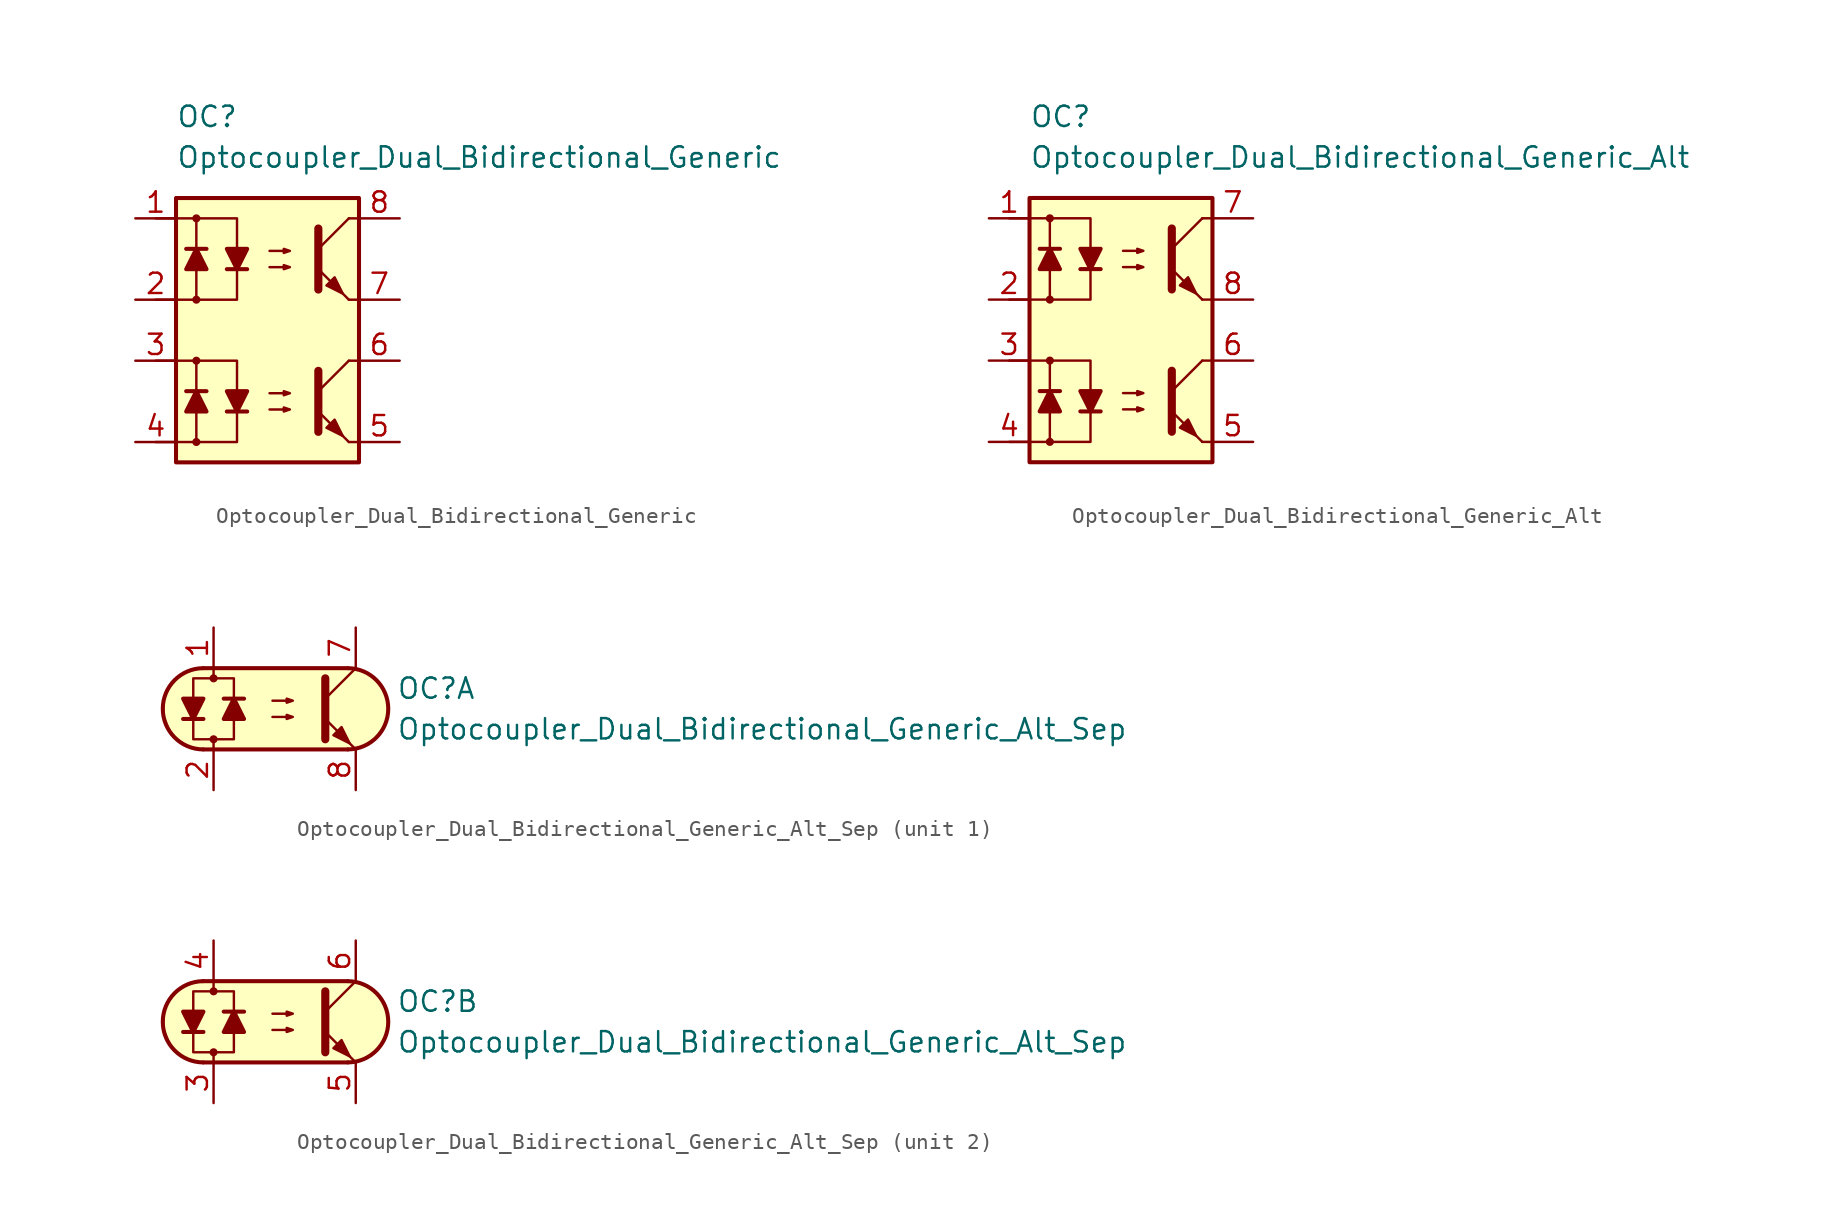
<source format=kicad_sym>
(kicad_symbol_lib
  (version 20231120)
  (generator "kicad_symbol_editor")
  (generator_version "8.0")
  (symbol "Optocoupler_Dual_Bidirectional_Generic"
    (pin_names
      (offset 1.016))
    (property "Reference" "OC"
      (at -6.35 8.89 0)
      (effects (font (size 1.27 1.27)) (justify left)))
    (property "Value" "Optocoupler_Dual_Bidirectional_Generic"
      (at -6.35 6.35 0)
      (effects (font (size 1.27 1.27)) (justify left)))
    (symbol "Optocoupler_Dual_Bidirectional_Generic_0_0"
      (rectangle (start -6.35 3.81) (end 5.08 -12.7) (stroke (width 0.254) (type default)) (fill (type background))))
    (symbol "Optocoupler_Dual_Bidirectional_Generic_0_1"
      (polyline (pts (xy 2.54 0.635) (xy 4.445 2.54)) (stroke (width 0) (type default)) (fill (type none)))
      (polyline (pts (xy 4.445 -2.54) (xy 2.54 -0.635)) (stroke (width 0) (type default)) (fill (type outline)))
      (polyline (pts (xy 4.445 -2.54) (xy 5.08 -2.54)) (stroke (width 0) (type default)) (fill (type none)))
      (polyline (pts (xy 4.445 2.54) (xy 5.08 2.54)) (stroke (width 0) (type default)) (fill (type none)))
      (polyline (pts (xy 2.54 1.905) (xy 2.54 -1.905) (xy 2.54 -1.905)) (stroke (width 0.508) (type default)) (fill (type none)))
      (polyline (pts (xy -0.508 -0.508) (xy 0.762 -0.508) (xy 0.381 -0.635) (xy 0.381 -0.381) (xy 0.762 -0.508)) (stroke (width 0) (type default)) (fill (type none)))
      (polyline (pts (xy -0.508 0.508) (xy 0.762 0.508) (xy 0.381 0.381) (xy 0.381 0.635) (xy 0.762 0.508)) (stroke (width 0) (type default)) (fill (type none)))
      (polyline (pts (xy 3.048 -1.651) (xy 3.556 -1.143) (xy 4.064 -2.159) (xy 3.048 -1.651) (xy 3.048 -1.651)) (stroke (width 0) (type default)) (fill (type outline))))
    (symbol "Optocoupler_Dual_Bidirectional_Generic_1_1"
      (circle (center -5.08 -11.43) (radius 0.178) (stroke (width 0) (type default)) (fill (type outline)))
      (circle (center -5.08 -6.35) (radius 0.178) (stroke (width 0) (type default)) (fill (type outline)))
      (circle (center -5.08 -2.54) (radius 0.178) (stroke (width 0) (type default)) (fill (type outline)))
      (circle (center -5.08 2.54) (radius 0.178) (stroke (width 0) (type default)) (fill (type outline)))
      (polyline (pts (xy -4.445 -8.255) (xy -5.715 -8.255)) (stroke (width 0.254) (type default)) (fill (type none)))
      (polyline (pts (xy -4.445 0.635) (xy -5.715 0.635)) (stroke (width 0.254) (type default)) (fill (type none)))
      (polyline (pts (xy -3.175 -9.525) (xy -1.905 -9.525)) (stroke (width 0.254) (type default)) (fill (type none)))
      (polyline (pts (xy -3.175 -0.635) (xy -1.905 -0.635)) (stroke (width 0.254) (type default)) (fill (type none)))
      (polyline (pts (xy 2.54 -8.255) (xy 4.445 -6.35)) (stroke (width 0) (type default)) (fill (type none)))
      (polyline (pts (xy 4.445 -11.43) (xy 2.54 -9.525)) (stroke (width 0) (type default)) (fill (type outline)))
      (polyline (pts (xy 4.445 -11.43) (xy 5.08 -11.43)) (stroke (width 0) (type default)) (fill (type none)))
      (polyline (pts (xy 4.445 -6.35) (xy 5.08 -6.35)) (stroke (width 0) (type default)) (fill (type none)))
      (polyline (pts (xy -7.62 -6.35) (xy -5.08 -6.35) (xy -5.08 -9.525)) (stroke (width 0) (type default)) (fill (type none)))
      (polyline (pts (xy -7.62 2.54) (xy -5.08 2.54) (xy -5.08 -0.635)) (stroke (width 0) (type default)) (fill (type none)))
      (polyline (pts (xy -5.08 -9.525) (xy -5.08 -11.43) (xy -7.62 -11.43)) (stroke (width 0) (type default)) (fill (type none)))
      (polyline (pts (xy -5.08 -6.35) (xy -2.54 -6.35) (xy -2.54 -9.525)) (stroke (width 0) (type default)) (fill (type none)))
      (polyline (pts (xy -5.08 -0.635) (xy -5.08 -2.54) (xy -7.62 -2.54)) (stroke (width 0) (type default)) (fill (type none)))
      (polyline (pts (xy -5.08 2.54) (xy -2.54 2.54) (xy -2.54 -0.635)) (stroke (width 0) (type default)) (fill (type none)))
      (polyline (pts (xy -2.54 -9.525) (xy -2.54 -11.43) (xy -5.08 -11.43)) (stroke (width 0) (type default)) (fill (type none)))
      (polyline (pts (xy -2.54 -0.635) (xy -2.54 -2.54) (xy -5.08 -2.54)) (stroke (width 0) (type default)) (fill (type none)))
      (polyline (pts (xy 2.54 -6.985) (xy 2.54 -10.795) (xy 2.54 -10.795)) (stroke (width 0.508) (type default)) (fill (type none)))
      (polyline (pts (xy -5.08 -8.255) (xy -4.445 -9.525) (xy -5.715 -9.525) (xy -5.08 -8.255)) (stroke (width 0.254) (type default)) (fill (type outline)))
      (polyline (pts (xy -5.08 0.635) (xy -4.445 -0.635) (xy -5.715 -0.635) (xy -5.08 0.635)) (stroke (width 0.254) (type default)) (fill (type outline)))
      (polyline (pts (xy -2.54 -9.525) (xy -3.175 -8.255) (xy -1.905 -8.255) (xy -2.54 -9.525)) (stroke (width 0.254) (type default)) (fill (type outline)))
      (polyline (pts (xy -2.54 -0.635) (xy -3.175 0.635) (xy -1.905 0.635) (xy -2.54 -0.635)) (stroke (width 0.254) (type default)) (fill (type outline)))
      (polyline (pts (xy -0.508 -9.398) (xy 0.762 -9.398) (xy 0.381 -9.525) (xy 0.381 -9.271) (xy 0.762 -9.398)) (stroke (width 0) (type default)) (fill (type none)))
      (polyline (pts (xy -0.508 -8.382) (xy 0.762 -8.382) (xy 0.381 -8.509) (xy 0.381 -8.255) (xy 0.762 -8.382)) (stroke (width 0) (type default)) (fill (type none)))
      (polyline (pts (xy 3.048 -10.541) (xy 3.556 -10.033) (xy 4.064 -11.049) (xy 3.048 -10.541) (xy 3.048 -10.541)) (stroke (width 0) (type default)) (fill (type outline)))
      (pin passive line (at -8.89 2.54 0) (length 2.54) (name "~" (effects (font (size 1.27 1.27)))) (number "1" (effects (font (size 1.27 1.27)))))
      (pin passive line (at -8.89 -2.54 0) (length 2.54) (name "~" (effects (font (size 1.27 1.27)))) (number "2" (effects (font (size 1.27 1.27)))))
      (pin passive line (at -8.89 -6.35 0) (length 2.54) (name "~" (effects (font (size 1.27 1.27)))) (number "3" (effects (font (size 1.27 1.27)))))
      (pin passive line (at -8.89 -11.43 0) (length 2.54) (name "~" (effects (font (size 1.27 1.27)))) (number "4" (effects (font (size 1.27 1.27)))))
      (pin passive line (at 7.62 -11.43 180) (length 2.54) (name "~" (effects (font (size 1.27 1.27)))) (number "5" (effects (font (size 1.27 1.27)))))
      (pin passive line (at 7.62 -6.35 180) (length 2.54) (name "~" (effects (font (size 1.27 1.27)))) (number "6" (effects (font (size 1.27 1.27)))))
      (pin passive line (at 7.62 -2.54 180) (length 2.54) (name "~" (effects (font (size 1.27 1.27)))) (number "7" (effects (font (size 1.27 1.27)))))
      (pin passive line (at 7.62 2.54 180) (length 2.54) (name "~" (effects (font (size 1.27 1.27)))) (number "8" (effects (font (size 1.27 1.27)))))))
  (symbol "Optocoupler_Dual_Bidirectional_Generic_Alt"
    (pin_names
      (offset 1.016))
    (property "Reference" "OC"
      (at -6.35 8.89 0)
      (effects (font (size 1.27 1.27)) (justify left)))
    (property "Value" "Optocoupler_Dual_Bidirectional_Generic_Alt"
      (at -6.35 6.35 0)
      (effects (font (size 1.27 1.27)) (justify left)))
    (symbol "Optocoupler_Dual_Bidirectional_Generic_Alt_0_0"
      (rectangle (start -6.35 3.81) (end 5.08 -12.7) (stroke (width 0.254) (type default)) (fill (type background))))
    (symbol "Optocoupler_Dual_Bidirectional_Generic_Alt_0_1"
      (polyline (pts (xy 2.54 0.635) (xy 4.445 2.54)) (stroke (width 0) (type default)) (fill (type none)))
      (polyline (pts (xy 4.445 -2.54) (xy 2.54 -0.635)) (stroke (width 0) (type default)) (fill (type outline)))
      (polyline (pts (xy 4.445 -2.54) (xy 5.08 -2.54)) (stroke (width 0) (type default)) (fill (type none)))
      (polyline (pts (xy 4.445 2.54) (xy 5.08 2.54)) (stroke (width 0) (type default)) (fill (type none)))
      (polyline (pts (xy 2.54 1.905) (xy 2.54 -1.905) (xy 2.54 -1.905)) (stroke (width 0.508) (type default)) (fill (type none)))
      (polyline (pts (xy -0.508 -0.508) (xy 0.762 -0.508) (xy 0.381 -0.635) (xy 0.381 -0.381) (xy 0.762 -0.508)) (stroke (width 0) (type default)) (fill (type none)))
      (polyline (pts (xy -0.508 0.508) (xy 0.762 0.508) (xy 0.381 0.381) (xy 0.381 0.635) (xy 0.762 0.508)) (stroke (width 0) (type default)) (fill (type none)))
      (polyline (pts (xy 3.048 -1.651) (xy 3.556 -1.143) (xy 4.064 -2.159) (xy 3.048 -1.651) (xy 3.048 -1.651)) (stroke (width 0) (type default)) (fill (type outline))))
    (symbol "Optocoupler_Dual_Bidirectional_Generic_Alt_1_1"
      (circle (center -5.08 -11.43) (radius 0.178) (stroke (width 0) (type default)) (fill (type outline)))
      (circle (center -5.08 -6.35) (radius 0.178) (stroke (width 0) (type default)) (fill (type outline)))
      (circle (center -5.08 -2.54) (radius 0.178) (stroke (width 0) (type default)) (fill (type outline)))
      (circle (center -5.08 2.54) (radius 0.178) (stroke (width 0) (type default)) (fill (type outline)))
      (polyline (pts (xy -4.445 -8.255) (xy -5.715 -8.255)) (stroke (width 0.254) (type default)) (fill (type none)))
      (polyline (pts (xy -4.445 0.635) (xy -5.715 0.635)) (stroke (width 0.254) (type default)) (fill (type none)))
      (polyline (pts (xy -3.175 -9.525) (xy -1.905 -9.525)) (stroke (width 0.254) (type default)) (fill (type none)))
      (polyline (pts (xy -3.175 -0.635) (xy -1.905 -0.635)) (stroke (width 0.254) (type default)) (fill (type none)))
      (polyline (pts (xy 2.54 -8.255) (xy 4.445 -6.35)) (stroke (width 0) (type default)) (fill (type none)))
      (polyline (pts (xy 4.445 -11.43) (xy 2.54 -9.525)) (stroke (width 0) (type default)) (fill (type outline)))
      (polyline (pts (xy 4.445 -11.43) (xy 5.08 -11.43)) (stroke (width 0) (type default)) (fill (type none)))
      (polyline (pts (xy 4.445 -6.35) (xy 5.08 -6.35)) (stroke (width 0) (type default)) (fill (type none)))
      (polyline (pts (xy -7.62 -6.35) (xy -5.08 -6.35) (xy -5.08 -9.525)) (stroke (width 0) (type default)) (fill (type none)))
      (polyline (pts (xy -7.62 2.54) (xy -5.08 2.54) (xy -5.08 -0.635)) (stroke (width 0) (type default)) (fill (type none)))
      (polyline (pts (xy -5.08 -9.525) (xy -5.08 -11.43) (xy -7.62 -11.43)) (stroke (width 0) (type default)) (fill (type none)))
      (polyline (pts (xy -5.08 -6.35) (xy -2.54 -6.35) (xy -2.54 -9.525)) (stroke (width 0) (type default)) (fill (type none)))
      (polyline (pts (xy -5.08 -0.635) (xy -5.08 -2.54) (xy -7.62 -2.54)) (stroke (width 0) (type default)) (fill (type none)))
      (polyline (pts (xy -5.08 2.54) (xy -2.54 2.54) (xy -2.54 -0.635)) (stroke (width 0) (type default)) (fill (type none)))
      (polyline (pts (xy -2.54 -9.525) (xy -2.54 -11.43) (xy -5.08 -11.43)) (stroke (width 0) (type default)) (fill (type none)))
      (polyline (pts (xy -2.54 -0.635) (xy -2.54 -2.54) (xy -5.08 -2.54)) (stroke (width 0) (type default)) (fill (type none)))
      (polyline (pts (xy 2.54 -6.985) (xy 2.54 -10.795) (xy 2.54 -10.795)) (stroke (width 0.508) (type default)) (fill (type none)))
      (polyline (pts (xy -5.08 -8.255) (xy -4.445 -9.525) (xy -5.715 -9.525) (xy -5.08 -8.255)) (stroke (width 0.254) (type default)) (fill (type outline)))
      (polyline (pts (xy -5.08 0.635) (xy -4.445 -0.635) (xy -5.715 -0.635) (xy -5.08 0.635)) (stroke (width 0.254) (type default)) (fill (type outline)))
      (polyline (pts (xy -2.54 -9.525) (xy -3.175 -8.255) (xy -1.905 -8.255) (xy -2.54 -9.525)) (stroke (width 0.254) (type default)) (fill (type outline)))
      (polyline (pts (xy -2.54 -0.635) (xy -3.175 0.635) (xy -1.905 0.635) (xy -2.54 -0.635)) (stroke (width 0.254) (type default)) (fill (type outline)))
      (polyline (pts (xy -0.508 -9.398) (xy 0.762 -9.398) (xy 0.381 -9.525) (xy 0.381 -9.271) (xy 0.762 -9.398)) (stroke (width 0) (type default)) (fill (type none)))
      (polyline (pts (xy -0.508 -8.382) (xy 0.762 -8.382) (xy 0.381 -8.509) (xy 0.381 -8.255) (xy 0.762 -8.382)) (stroke (width 0) (type default)) (fill (type none)))
      (polyline (pts (xy 3.048 -10.541) (xy 3.556 -10.033) (xy 4.064 -11.049) (xy 3.048 -10.541) (xy 3.048 -10.541)) (stroke (width 0) (type default)) (fill (type outline)))
      (pin passive line (at -8.89 2.54 0) (length 2.54) (name "~" (effects (font (size 1.27 1.27)))) (number "1" (effects (font (size 1.27 1.27)))))
      (pin passive line (at -8.89 -2.54 0) (length 2.54) (name "~" (effects (font (size 1.27 1.27)))) (number "2" (effects (font (size 1.27 1.27)))))
      (pin passive line (at -8.89 -6.35 0) (length 2.54) (name "~" (effects (font (size 1.27 1.27)))) (number "3" (effects (font (size 1.27 1.27)))))
      (pin passive line (at -8.89 -11.43 0) (length 2.54) (name "~" (effects (font (size 1.27 1.27)))) (number "4" (effects (font (size 1.27 1.27)))))
      (pin passive line (at 7.62 -11.43 180) (length 2.54) (name "~" (effects (font (size 1.27 1.27)))) (number "5" (effects (font (size 1.27 1.27)))))
      (pin passive line (at 7.62 -6.35 180) (length 2.54) (name "~" (effects (font (size 1.27 1.27)))) (number "6" (effects (font (size 1.27 1.27)))))
      (pin passive line (at 7.62 2.54 180) (length 2.54) (name "~" (effects (font (size 1.27 1.27)))) (number "7" (effects (font (size 1.27 1.27)))))
      (pin passive line (at 7.62 -2.54 180) (length 2.54) (name "~" (effects (font (size 1.27 1.27)))) (number "8" (effects (font (size 1.27 1.27)))))))
  (symbol "Optocoupler_Dual_Bidirectional_Generic_Alt_Sep"
    (pin_names
      (offset 1.016))
    (property "Reference" "OC"
      (at 7.62 1.27 0)
      (effects (font (size 1.27 1.27)) (justify left)))
    (property "Value" "Optocoupler_Dual_Bidirectional_Generic_Alt_Sep"
      (at 7.62 -1.27 0)
      (effects (font (size 1.27 1.27)) (justify left)))
    (property "ki_locked" ""
      (at 0 0 0)
      (effects (font (size 1.27 1.27))))
    (symbol "Optocoupler_Dual_Bidirectional_Generic_Alt_Sep_0_1"
      (arc (start -4.4675 2.54) (mid -6.9851 0) (end -4.4675 -2.54) (stroke (width 0.254) (type default)) (fill (type none)))
      (circle (center -3.81 -1.905) (radius 0.178) (stroke (width 0) (type default)) (fill (type outline)))
      (circle (center -3.81 1.905) (radius 0.178) (stroke (width 0) (type default)) (fill (type outline)))
      (polyline (pts (xy -5.715 -0.635) (xy -4.445 -0.635)) (stroke (width 0.254) (type default)) (fill (type none)))
      (polyline (pts (xy -4.445 2.54) (xy 4.572 2.54)) (stroke (width 0.254) (type default)) (fill (type none)))
      (polyline (pts (xy -3.81 1.905) (xy -3.81 2.54)) (stroke (width 0.152) (type default)) (fill (type none)))
      (polyline (pts (xy -1.905 0.635) (xy -3.175 0.635)) (stroke (width 0.254) (type default)) (fill (type none)))
      (polyline (pts (xy 3.175 0.635) (xy 5.08 2.54)) (stroke (width 0) (type default)) (fill (type none)))
      (polyline (pts (xy 4.572 -2.54) (xy -4.445 -2.54)) (stroke (width 0.254) (type default)) (fill (type none)))
      (polyline (pts (xy 5.08 -2.54) (xy 3.175 -0.635)) (stroke (width 0) (type default)) (fill (type outline)))
      (polyline (pts (xy 3.175 1.905) (xy 3.175 -1.905) (xy 3.175 -1.905)) (stroke (width 0.508) (type default)) (fill (type none)))
      (polyline (pts (xy -5.08 -0.635) (xy -5.715 0.635) (xy -4.445 0.635) (xy -5.08 -0.635)) (stroke (width 0.254) (type default)) (fill (type outline)))
      (polyline (pts (xy -2.54 0.635) (xy -1.905 -0.635) (xy -3.175 -0.635) (xy -2.54 0.635)) (stroke (width 0.254) (type default)) (fill (type outline)))
      (polyline (pts (xy -0.127 -0.508) (xy 1.143 -0.508) (xy 0.762 -0.635) (xy 0.762 -0.381) (xy 1.143 -0.508)) (stroke (width 0) (type default)) (fill (type none)))
      (polyline (pts (xy -0.127 0.508) (xy 1.143 0.508) (xy 0.762 0.381) (xy 0.762 0.635) (xy 1.143 0.508)) (stroke (width 0) (type default)) (fill (type none)))
      (polyline (pts (xy 3.683 -1.651) (xy 4.191 -1.143) (xy 4.699 -2.159) (xy 3.683 -1.651) (xy 3.683 -1.651)) (stroke (width 0) (type default)) (fill (type outline)))
      (polyline (pts (xy -3.81 -2.54) (xy -3.81 -1.905) (xy -5.08 -1.905) (xy -5.08 1.905) (xy -2.54 1.905) (xy -2.54 -1.905) (xy -3.81 -1.905)) (stroke (width 0.152) (type default)) (fill (type none)))
      (polyline (pts (xy -3.81 2.54) (xy 4.826 2.54) (xy 5.334 2.413) (xy 5.969 2.159) (xy 6.604 1.524) (xy 6.985 0.762) (xy 7.112 0) (xy 6.985 -0.889) (xy 6.477 -1.651) (xy 5.969 -2.159) (xy 5.334 -2.413) (xy 4.699 -2.54) (xy -5.08 -2.54) (xy -5.08 -2.54) (xy -5.842 -2.032) (xy -6.35 -1.778) (xy -6.858 -0.508) (xy -6.858 0.254) (xy -6.858 1.016) (xy -6.35 1.778) (xy -5.588 2.286) (xy -4.826 2.54) (xy -3.81 2.54)) (stroke (width 0.01) (type default)) (fill (type background)))
      (arc (start 4.5945 -2.54) (mid 7.1121 0) (end 4.5945 2.54) (stroke (width 0.254) (type default)) (fill (type none))))
    (symbol "Optocoupler_Dual_Bidirectional_Generic_Alt_Sep_1_1"
      (pin passive line (at -3.81 5.08 270) (length 2.54) (name "~" (effects (font (size 1.27 1.27)))) (number "1" (effects (font (size 1.27 1.27)))))
      (pin passive line (at -3.81 -5.08 90) (length 2.54) (name "~" (effects (font (size 1.27 1.27)))) (number "2" (effects (font (size 1.27 1.27)))))
      (pin passive line (at 5.08 5.08 270) (length 2.54) (name "~" (effects (font (size 1.27 1.27)))) (number "7" (effects (font (size 1.27 1.27)))))
      (pin passive line (at 5.08 -5.08 90) (length 2.54) (name "~" (effects (font (size 1.27 1.27)))) (number "8" (effects (font (size 1.27 1.27))))))
    (symbol "Optocoupler_Dual_Bidirectional_Generic_Alt_Sep_2_1"
      (pin passive line (at -3.81 -5.08 90) (length 2.54) (name "~" (effects (font (size 1.27 1.27)))) (number "3" (effects (font (size 1.27 1.27)))))
      (pin passive line (at -3.81 5.08 270) (length 2.54) (name "~" (effects (font (size 1.27 1.27)))) (number "4" (effects (font (size 1.27 1.27)))))
      (pin passive line (at 5.08 -5.08 90) (length 2.54) (name "~" (effects (font (size 1.27 1.27)))) (number "5" (effects (font (size 1.27 1.27)))))
      (pin passive line (at 5.08 5.08 270) (length 2.54) (name "~" (effects (font (size 1.27 1.27)))) (number "6" (effects (font (size 1.27 1.27))))))))
</source>
